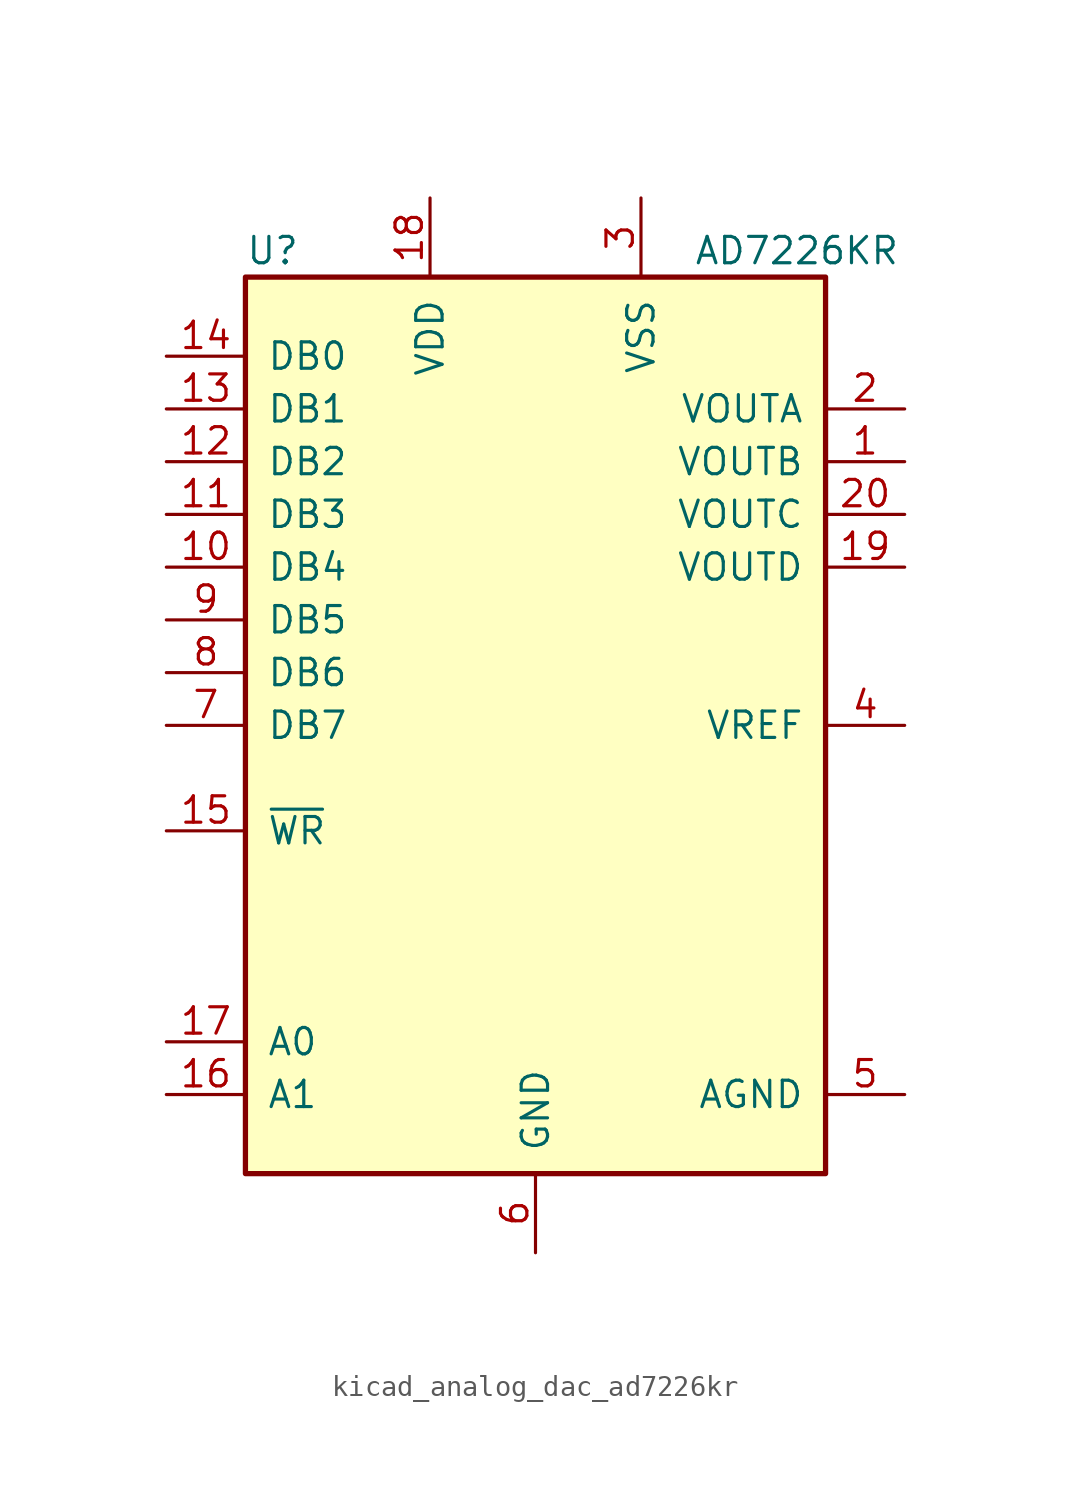
<source format=kicad_sym>
(kicad_symbol_lib
  (version 20220914)
  (generator kicad_symbol_editor)
  (symbol "kicad_analog_dac_ad7226kr"
    (pin_names
      (offset 1.016))
    (property "Reference" "U"
      (at -13.97 22.86 0)
      (effects (font (size 1.27 1.27)) (justify left)))
    (property "Value" "AD7226KR"
      (at 7.62 22.86 0)
      (effects (font (size 1.27 1.27)) (justify left)))
    (symbol "kicad_analog_dac_ad7226kr_0_1"
      (rectangle (start -13.97 -21.59) (end 13.97 21.59) (stroke (width 0.254) (type default)) (fill (type background))))
    (symbol "kicad_analog_dac_ad7226kr_1_1"
      (pin output line (at 17.78 12.7 180) (length 3.81) (name "VOUTB" (effects (font (size 1.27 1.27)))) (number "1" (effects (font (size 1.27 1.27)))))
      (pin input line (at -17.78 7.62 0) (length 3.81) (name "DB4" (effects (font (size 1.27 1.27)))) (number "10" (effects (font (size 1.27 1.27)))))
      (pin input line (at -17.78 10.16 0) (length 3.81) (name "DB3" (effects (font (size 1.27 1.27)))) (number "11" (effects (font (size 1.27 1.27)))))
      (pin input line (at -17.78 12.7 0) (length 3.81) (name "DB2" (effects (font (size 1.27 1.27)))) (number "12" (effects (font (size 1.27 1.27)))))
      (pin input line (at -17.78 15.24 0) (length 3.81) (name "DB1" (effects (font (size 1.27 1.27)))) (number "13" (effects (font (size 1.27 1.27)))))
      (pin input line (at -17.78 17.78 0) (length 3.81) (name "DB0" (effects (font (size 1.27 1.27)))) (number "14" (effects (font (size 1.27 1.27)))))
      (pin input line (at -17.78 -5.08 0) (length 3.81) (name "~{WR}" (effects (font (size 1.27 1.27)))) (number "15" (effects (font (size 1.27 1.27)))))
      (pin input line (at -17.78 -17.78 0) (length 3.81) (name "A1" (effects (font (size 1.27 1.27)))) (number "16" (effects (font (size 1.27 1.27)))))
      (pin input line (at -17.78 -15.24 0) (length 3.81) (name "A0" (effects (font (size 1.27 1.27)))) (number "17" (effects (font (size 1.27 1.27)))))
      (pin power_in line (at -5.08 25.4 270) (length 3.81) (name "VDD" (effects (font (size 1.27 1.27)))) (number "18" (effects (font (size 1.27 1.27)))))
      (pin output line (at 17.78 7.62 180) (length 3.81) (name "VOUTD" (effects (font (size 1.27 1.27)))) (number "19" (effects (font (size 1.27 1.27)))))
      (pin output line (at 17.78 15.24 180) (length 3.81) (name "VOUTA" (effects (font (size 1.27 1.27)))) (number "2" (effects (font (size 1.27 1.27)))))
      (pin output line (at 17.78 10.16 180) (length 3.81) (name "VOUTC" (effects (font (size 1.27 1.27)))) (number "20" (effects (font (size 1.27 1.27)))))
      (pin power_in line (at 5.08 25.4 270) (length 3.81) (name "VSS" (effects (font (size 1.27 1.27)))) (number "3" (effects (font (size 1.27 1.27)))))
      (pin input line (at 17.78 0 180) (length 3.81) (name "VREF" (effects (font (size 1.27 1.27)))) (number "4" (effects (font (size 1.27 1.27)))))
      (pin input line (at 17.78 -17.78 180) (length 3.81) (name "AGND" (effects (font (size 1.27 1.27)))) (number "5" (effects (font (size 1.27 1.27)))))
      (pin power_in line (at 0 -25.4 90) (length 3.81) (name "GND" (effects (font (size 1.27 1.27)))) (number "6" (effects (font (size 1.27 1.27)))))
      (pin input line (at -17.78 0 0) (length 3.81) (name "DB7" (effects (font (size 1.27 1.27)))) (number "7" (effects (font (size 1.27 1.27)))))
      (pin input line (at -17.78 2.54 0) (length 3.81) (name "DB6" (effects (font (size 1.27 1.27)))) (number "8" (effects (font (size 1.27 1.27)))))
      (pin input line (at -17.78 5.08 0) (length 3.81) (name "DB5" (effects (font (size 1.27 1.27)))) (number "9" (effects (font (size 1.27 1.27))))))))
</source>
